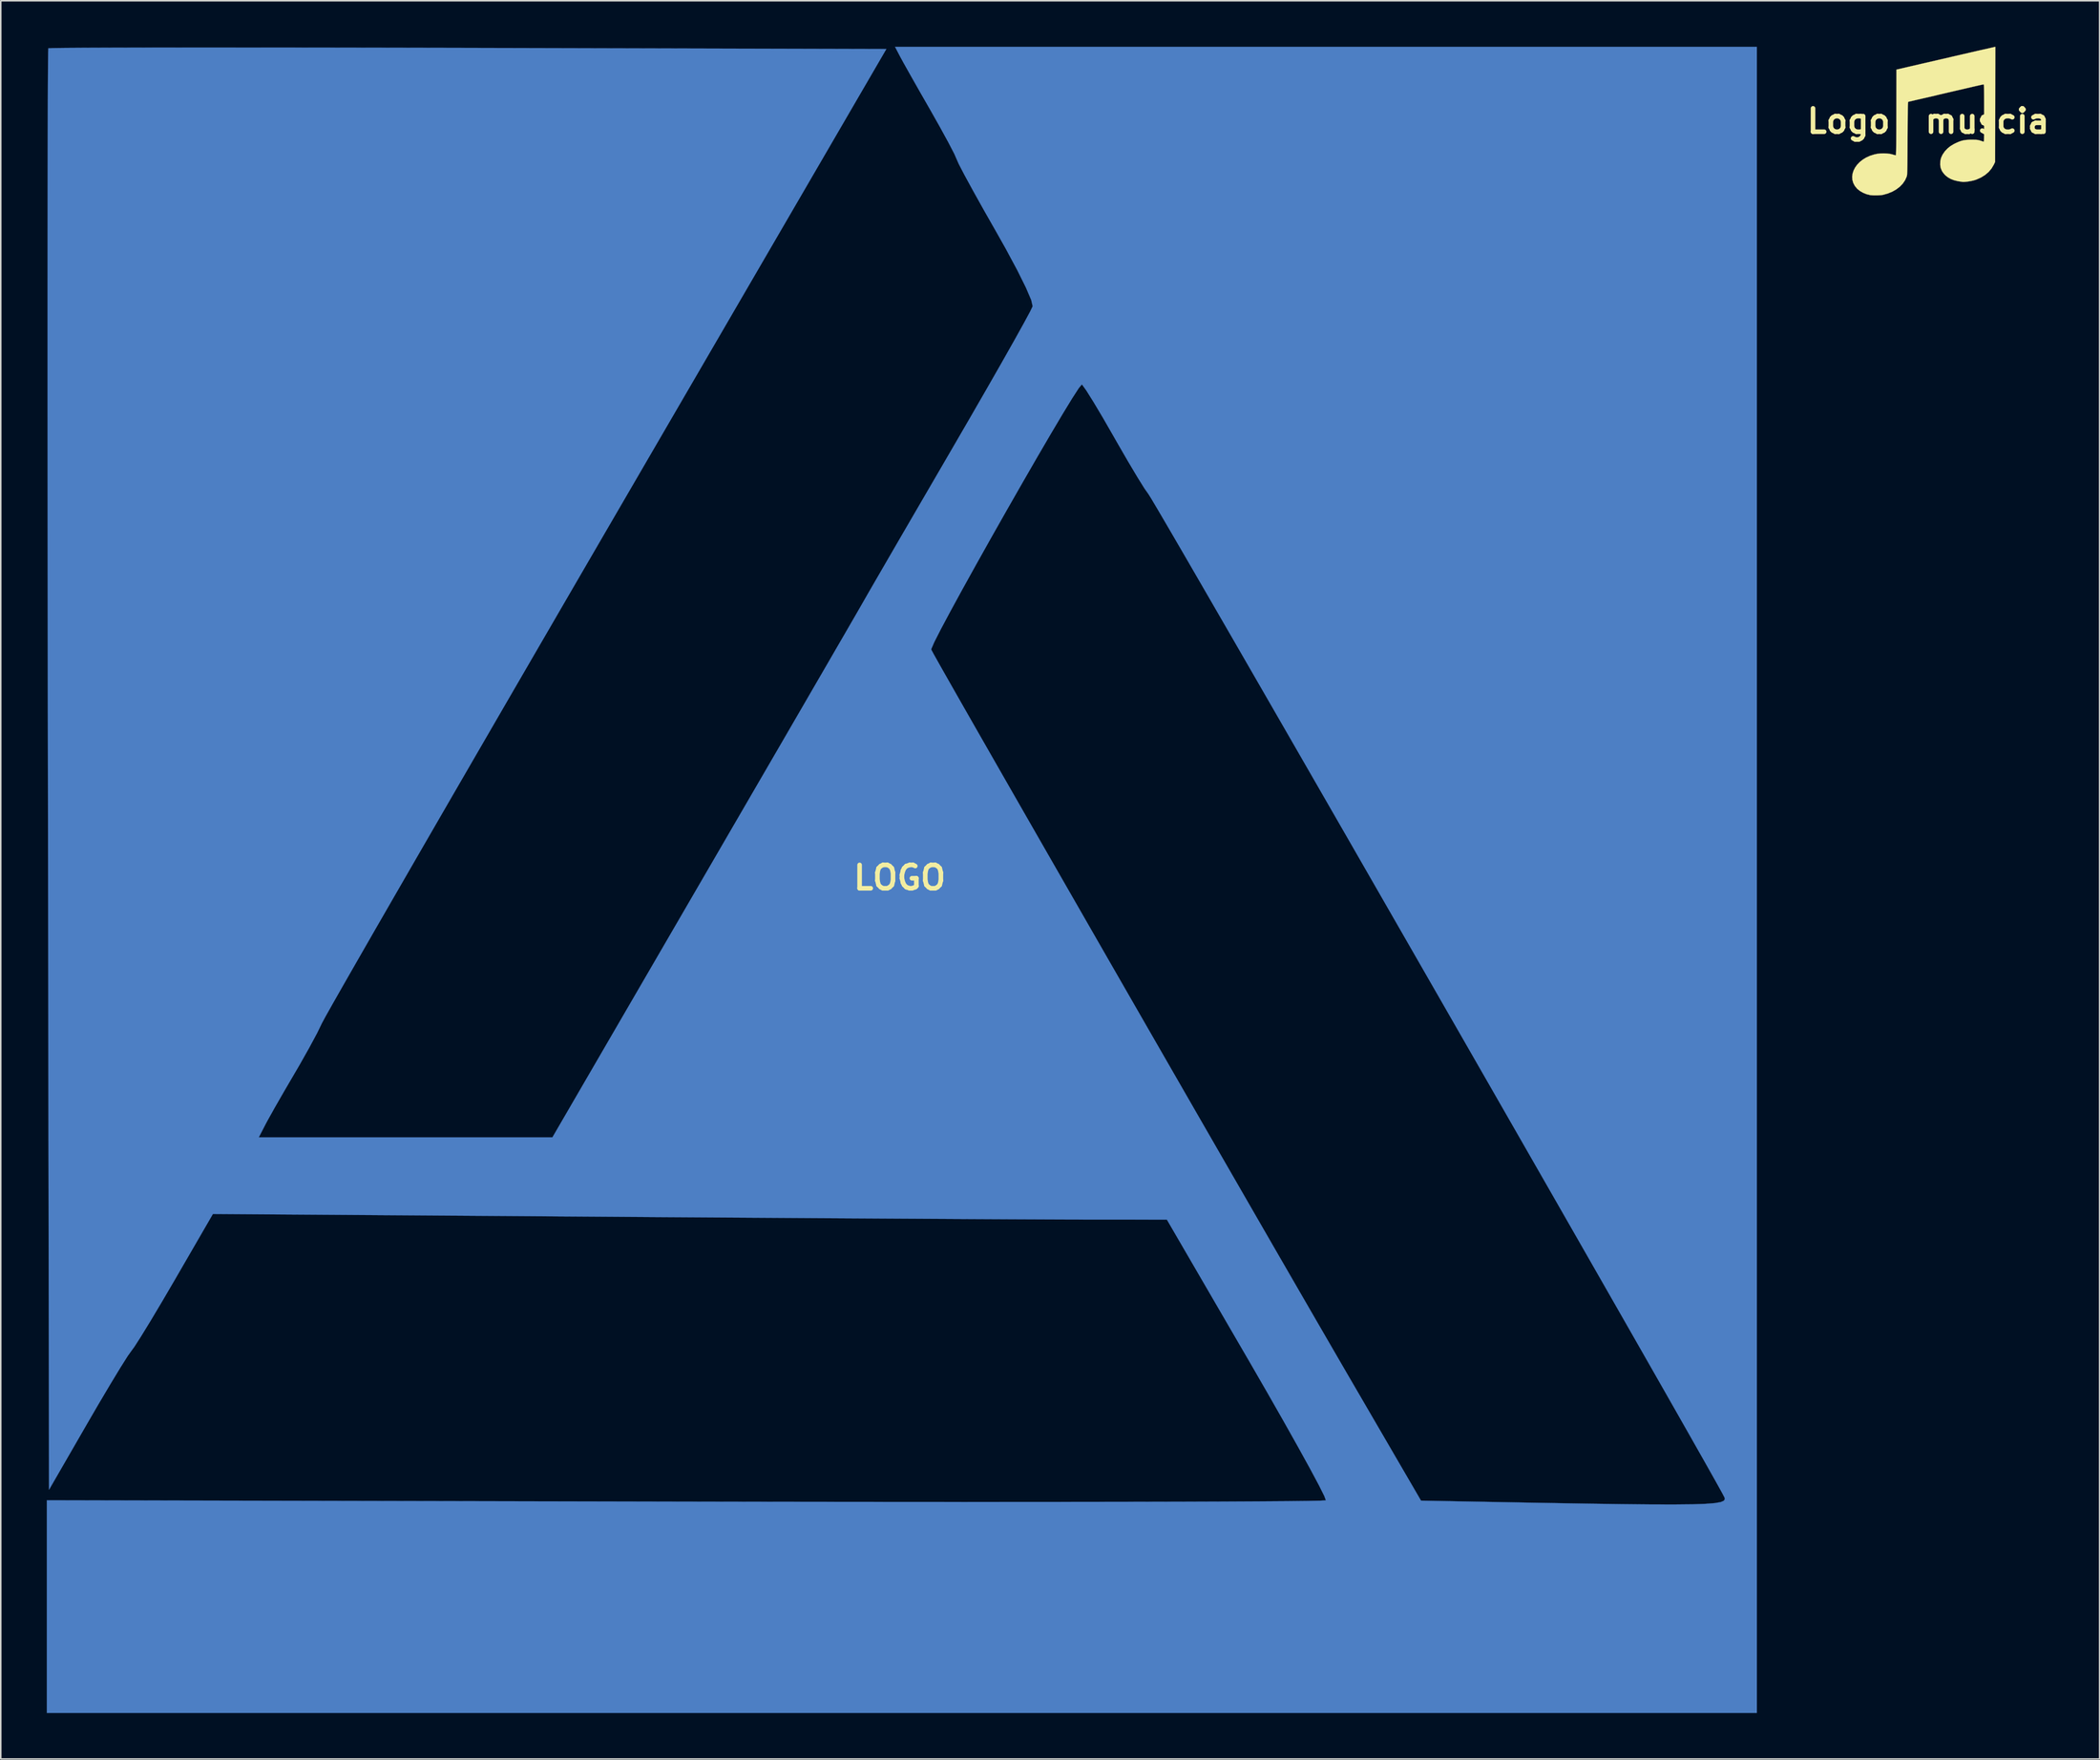
<source format=kicad_pcb>
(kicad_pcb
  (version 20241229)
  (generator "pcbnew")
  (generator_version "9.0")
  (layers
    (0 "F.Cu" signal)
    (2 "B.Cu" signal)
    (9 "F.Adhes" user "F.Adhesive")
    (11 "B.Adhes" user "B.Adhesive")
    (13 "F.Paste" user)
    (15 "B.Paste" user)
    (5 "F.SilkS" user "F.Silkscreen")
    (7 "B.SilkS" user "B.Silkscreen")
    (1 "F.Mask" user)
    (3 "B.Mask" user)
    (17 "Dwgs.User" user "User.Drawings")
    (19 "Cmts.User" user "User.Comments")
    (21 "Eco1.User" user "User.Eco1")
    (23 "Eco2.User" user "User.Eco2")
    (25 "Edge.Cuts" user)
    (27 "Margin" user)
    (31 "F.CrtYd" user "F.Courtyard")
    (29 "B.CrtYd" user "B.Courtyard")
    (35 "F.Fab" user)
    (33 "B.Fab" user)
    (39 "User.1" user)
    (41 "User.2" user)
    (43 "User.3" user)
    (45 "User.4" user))
  (footprint "LOGO"
    (layer "F.Cu")
    (at 55.603 54.192)
    (property "Reference" "LOGO" (at 0 0 0) (layer "F.SilkS") (effects (font (size 1.524 1.524) (thickness 0.3))))
    (attr through_hole)
    (fp_poly (pts (xy 55.88 54.469) (xy -55.598 54.469) (xy -55.598 40.602) (xy -13.993 40.692) (xy -9.192 40.701) (xy -4.545 40.707) (xy -0.084 40.711) (xy 4.161 40.713) (xy 8.157 40.712) (xy 11.873 40.709) (xy 15.278 40.704) (xy 18.341 40.697) (xy 21.031 40.687) (xy 23.315 40.675) (xy 25.164 40.662) (xy 26.545 40.646) (xy 27.427 40.629) (xy 27.78 40.609) (xy 27.785 40.607) (xy 27.687 40.333) (xy 27.334 39.626) (xy 26.755 38.542) (xy 25.98 37.136) (xy 25.04 35.462) (xy 23.965 33.576) (xy 22.785 31.53) (xy 22.688 31.364) (xy 17.418 22.296) (xy 12.166 22.293) (xy 11.095 22.291) (xy 9.51 22.284) (xy 7.463 22.275) (xy 5.004 22.262) (xy 2.184 22.246) (xy -0.946 22.228) (xy -4.335 22.207) (xy -7.931 22.184) (xy -11.685 22.159) (xy -15.545 22.134) (xy -18.929 22.11) (xy -44.773 21.93) (xy -47.256 26.219) (xy -48.086 27.638) (xy -48.838 28.9) (xy -49.46 29.916) (xy -49.899 30.6) (xy -50.084 30.853) (xy -50.332 31.2) (xy -50.806 31.952) (xy -51.455 33.022) (xy -52.226 34.324) (xy -52.942 35.556) (xy -55.457 39.916) (xy -55.528 -7.04) (xy -55.535 -12.144) (xy -55.541 -17.094) (xy -55.546 -21.861) (xy -55.549 -26.416) (xy -55.551 -30.728) (xy -55.551 -34.77) (xy -55.551 -38.511) (xy -55.549 -41.922) (xy -55.546 -44.974) (xy -55.542 -47.637) (xy -55.536 -49.882) (xy -55.53 -51.679) (xy -55.522 -53) (xy -55.513 -53.814) (xy -55.503 -54.093) (xy -55.213 -54.106) (xy -54.398 -54.117) (xy -53.095 -54.126) (xy -51.344 -54.133) (xy -49.183 -54.138) (xy -46.65 -54.141) (xy -43.785 -54.141) (xy -40.625 -54.14) (xy -37.21 -54.136) (xy -33.578 -54.13) (xy -29.768 -54.122) (xy -28.137 -54.118) (xy -0.868 -54.046) (xy -19.082 -22.719) (xy -21.339 -18.834) (xy -23.522 -15.073) (xy -25.613 -11.468) (xy -27.595 -8.047) (xy -29.451 -4.841) (xy -31.162 -1.88) (xy -32.712 0.807) (xy -34.085 3.189) (xy -35.261 5.237) (xy -36.225 6.921) (xy -36.959 8.21) (xy -37.445 9.075) (xy -37.666 9.487) (xy -37.675 9.505) (xy -37.985 10.142) (xy -38.501 11.101) (xy -39.133 12.222) (xy -39.466 12.792) (xy -40.132 13.931) (xy -40.737 14.985) (xy -41.19 15.796) (xy -41.331 16.058) (xy -41.783 16.933) (xy -22.639 16.933) (xy -12.764 -0.071) (xy -11.101 -2.935) (xy -9.51 -5.675) (xy -8.015 -8.25) (xy -6.642 -10.617) (xy -5.415 -12.734) (xy -4.357 -14.559) (xy -4.173 -14.877) (xy 2.057 -14.877) (xy 2.219 -14.577) (xy 2.639 -13.827) (xy 3.296 -12.669) (xy 4.165 -11.141) (xy 5.225 -9.285) (xy 6.452 -7.139) (xy 7.823 -4.744) (xy 9.315 -2.14) (xy 10.905 0.633) (xy 12.57 3.536) (xy 14.288 6.528) (xy 16.035 9.569) (xy 17.789 12.619) (xy 19.526 15.639) (xy 21.224 18.588) (xy 22.859 21.426) (xy 24.408 24.114) (xy 25.85 26.611) (xy 27.16 28.877) (xy 28.316 30.873) (xy 29.294 32.559) (xy 29.354 32.661) (xy 33.988 40.627) (xy 38.514 40.711) (xy 41.87 40.773) (xy 44.704 40.821) (xy 47.06 40.855) (xy 48.979 40.875) (xy 50.505 40.878) (xy 51.681 40.866) (xy 52.549 40.835) (xy 53.151 40.787) (xy 53.532 40.72) (xy 53.732 40.633) (xy 53.796 40.526) (xy 53.778 40.428) (xy 53.61 40.108) (xy 53.181 39.335) (xy 52.511 38.145) (xy 51.621 36.573) (xy 50.531 34.654) (xy 49.26 32.422) (xy 47.829 29.913) (xy 46.257 27.161) (xy 44.565 24.202) (xy 42.773 21.07) (xy 40.901 17.801) (xy 38.968 14.428) (xy 36.995 10.988) (xy 35.002 7.514) (xy 33.009 4.043) (xy 31.036 0.608) (xy 29.104 -2.755) (xy 27.231 -6.011) (xy 25.438 -9.126) (xy 23.745 -12.064) (xy 22.173 -14.791) (xy 20.74 -17.272) (xy 19.468 -19.471) (xy 18.377 -21.354) (xy 17.485 -22.886) (xy 16.814 -24.032) (xy 16.384 -24.756) (xy 16.214 -25.025) (xy 15.962 -25.382) (xy 15.495 -26.132) (xy 14.875 -27.174) (xy 14.163 -28.407) (xy 13.959 -28.764) (xy 13.251 -29.996) (xy 12.636 -31.029) (xy 12.169 -31.774) (xy 11.904 -32.142) (xy 11.871 -32.166) (xy 11.674 -31.927) (xy 11.244 -31.262) (xy 10.62 -30.239) (xy 9.841 -28.926) (xy 8.945 -27.392) (xy 7.973 -25.705) (xy 6.961 -23.934) (xy 5.95 -22.148) (xy 4.978 -20.413) (xy 4.084 -18.8) (xy 3.307 -17.376) (xy 2.685 -16.21) (xy 2.258 -15.371) (xy 2.064 -14.925) (xy 2.057 -14.877) (xy -4.173 -14.877) (xy -3.494 -16.049) (xy -2.85 -17.163) (xy -2.45 -17.858) (xy -2.333 -18.062) (xy -2.065 -18.531) (xy -1.548 -19.425) (xy -0.82 -20.682) (xy 0.083 -22.24) (xy 1.126 -24.034) (xy 2.272 -26.004) (xy 3.382 -27.913) (xy 4.57 -29.961) (xy 5.669 -31.869) (xy 6.646 -33.578) (xy 7.467 -35.032) (xy 8.1 -36.17) (xy 8.513 -36.936) (xy 8.671 -37.267) (xy 8.578 -37.676) (xy 8.229 -38.49) (xy 7.662 -39.632) (xy 6.915 -41.024) (xy 6.305 -42.108) (xy 5.492 -43.536) (xy 4.781 -44.811) (xy 4.218 -45.844) (xy 3.851 -46.55) (xy 3.728 -46.829) (xy 3.561 -47.21) (xy 3.168 -47.967) (xy 2.611 -48.985) (xy 2.004 -50.059) (xy 1.319 -51.255) (xy 0.712 -52.325) (xy 0.253 -53.143) (xy 0.03 -53.552) (xy -0.302 -54.187) (xy 55.88 -54.187) (xy 55.88 54.469)) (stroke (width 0.01) (type solid)) (fill yes) (layer "B.Cu")))
  (footprint "Logo  muscia"
    (layer "F.Cu")
    (at 122.659 4.851)
    (property "Reference" "Logo  muscia" (at 0 0 0) (layer "F.SilkS") (effects (font (size 1.524 1.524) (thickness 0.3))))
    (attr through_hole)
    (fp_poly (pts (xy 4.365 -1.093) (xy 4.358 2.66) (xy 4.268 2.847) (xy 4.123 3.092) (xy 3.936 3.313) (xy 3.71 3.506) (xy 3.447 3.671) (xy 3.149 3.804) (xy 3.069 3.833) (xy 2.942 3.87) (xy 2.792 3.903) (xy 2.633 3.931) (xy 2.479 3.951) (xy 2.343 3.962) (xy 2.24 3.961) (xy 2.232 3.96) (xy 1.941 3.916) (xy 1.692 3.855) (xy 1.479 3.775) (xy 1.295 3.673) (xy 1.135 3.548) (xy 1.103 3.518) (xy 1.045 3.456) (xy 0.985 3.381) (xy 0.93 3.306) (xy 0.89 3.243) (xy 0.874 3.205) (xy 0.874 3.205) (xy 0.863 3.171) (xy 0.837 3.115) (xy 0.834 3.109) (xy 0.813 3.048) (xy 0.794 2.954) (xy 0.782 2.848) (xy 0.781 2.833) (xy 0.787 2.608) (xy 0.837 2.394) (xy 0.933 2.186) (xy 1.076 1.978) (xy 1.1 1.949) (xy 1.26 1.78) (xy 1.439 1.635) (xy 1.651 1.505) (xy 1.761 1.449) (xy 1.956 1.36) (xy 2.13 1.295) (xy 2.299 1.251) (xy 2.478 1.225) (xy 2.682 1.213) (xy 2.822 1.212) (xy 2.979 1.213) (xy 3.098 1.216) (xy 3.19 1.224) (xy 3.267 1.236) (xy 3.34 1.255) (xy 3.384 1.268) (xy 3.476 1.298) (xy 3.554 1.323) (xy 3.601 1.338) (xy 3.603 1.339) (xy 3.611 1.339) (xy 3.618 1.333) (xy 3.624 1.317) (xy 3.629 1.287) (xy 3.634 1.242) (xy 3.637 1.176) (xy 3.64 1.087) (xy 3.642 0.972) (xy 3.644 0.827) (xy 3.645 0.65) (xy 3.646 0.436) (xy 3.646 0.182) (xy 3.646 -0.114) (xy 3.646 -0.456) (xy 3.646 -0.523) (xy 3.646 -0.877) (xy 3.646 -1.185) (xy 3.645 -1.449) (xy 3.644 -1.672) (xy 3.643 -1.859) (xy 3.641 -2.011) (xy 3.639 -2.133) (xy 3.636 -2.227) (xy 3.632 -2.297) (xy 3.628 -2.346) (xy 3.622 -2.377) (xy 3.616 -2.393) (xy 3.609 -2.398) (xy 3.571 -2.392) (xy 3.488 -2.375) (xy 3.359 -2.347) (xy 3.184 -2.307) (xy 2.961 -2.256) (xy 2.69 -2.192) (xy 2.66 -2.185) (xy 2.591 -2.169) (xy 2.483 -2.144) (xy 2.345 -2.112) (xy 2.188 -2.075) (xy 2.02 -2.037) (xy 1.961 -2.023) (xy 1.787 -1.983) (xy 1.616 -1.943) (xy 1.458 -1.906) (xy 1.324 -1.875) (xy 1.225 -1.852) (xy 1.205 -1.847) (xy 1.076 -1.817) (xy 0.928 -1.782) (xy 0.792 -1.75) (xy 0.78 -1.748) (xy 0.67 -1.722) (xy 0.568 -1.697) (xy 0.491 -1.678) (xy 0.475 -1.674) (xy 0.411 -1.658) (xy 0.316 -1.635) (xy 0.204 -1.61) (xy 0.15 -1.597) (xy 0.013 -1.566) (xy -0.136 -1.532) (xy -0.272 -1.501) (xy -0.3 -1.495) (xy -0.421 -1.467) (xy -0.545 -1.438) (xy -0.649 -1.414) (xy -0.662 -1.412) (xy -0.751 -1.391) (xy -0.826 -1.374) (xy -0.862 -1.365) (xy -0.91 -1.353) (xy -0.991 -1.334) (xy -1.088 -1.312) (xy -1.183 -1.29) (xy -1.262 -1.272) (xy -1.299 -1.264) (xy -1.305 -1.259) (xy -1.311 -1.242) (xy -1.316 -1.212) (xy -1.32 -1.165) (xy -1.324 -1.098) (xy -1.328 -1.01) (xy -1.331 -0.896) (xy -1.334 -0.754) (xy -1.336 -0.582) (xy -1.339 -0.376) (xy -1.341 -0.133) (xy -1.343 0.15) (xy -1.345 0.474) (xy -1.347 0.844) (xy -1.349 1.114) (xy -1.351 1.513) (xy -1.353 1.865) (xy -1.355 2.173) (xy -1.357 2.441) (xy -1.359 2.671) (xy -1.361 2.867) (xy -1.364 3.032) (xy -1.367 3.169) (xy -1.37 3.28) (xy -1.374 3.37) (xy -1.378 3.442) (xy -1.383 3.497) (xy -1.388 3.54) (xy -1.394 3.574) (xy -1.402 3.602) (xy -1.407 3.62) (xy -1.514 3.857) (xy -1.664 4.076) (xy -1.855 4.274) (xy -2.083 4.449) (xy -2.344 4.598) (xy -2.635 4.718) (xy -2.953 4.806) (xy -2.966 4.809) (xy -3.08 4.825) (xy -3.226 4.836) (xy -3.388 4.841) (xy -3.551 4.84) (xy -3.697 4.832) (xy -3.796 4.82) (xy -4.022 4.763) (xy -4.243 4.673) (xy -4.446 4.558) (xy -4.616 4.425) (xy -4.645 4.396) (xy -4.79 4.217) (xy -4.889 4.026) (xy -4.945 3.828) (xy -4.958 3.626) (xy -4.932 3.423) (xy -4.868 3.222) (xy -4.768 3.027) (xy -4.635 2.842) (xy -4.469 2.669) (xy -4.274 2.513) (xy -4.051 2.376) (xy -3.803 2.263) (xy -3.53 2.176) (xy -3.327 2.132) (xy -3.119 2.108) (xy -2.897 2.102) (xy -2.676 2.112) (xy -2.474 2.139) (xy -2.335 2.173) (xy -2.244 2.2) (xy -2.169 2.221) (xy -2.125 2.231) (xy -2.123 2.231) (xy -2.117 2.227) (xy -2.112 2.213) (xy -2.107 2.187) (xy -2.103 2.144) (xy -2.099 2.083) (xy -2.096 2.001) (xy -2.093 1.896) (xy -2.091 1.765) (xy -2.089 1.605) (xy -2.087 1.413) (xy -2.085 1.187) (xy -2.084 0.925) (xy -2.082 0.623) (xy -2.081 0.28) (xy -2.08 -0.108) (xy -2.079 -0.544) (xy -2.079 -0.563) (xy -2.073 -3.36) (xy -1.23 -3.556) (xy -1.022 -3.604) (xy -0.82 -3.651) (xy -0.633 -3.694) (xy -0.467 -3.733) (xy -0.33 -3.764) (xy -0.23 -3.787) (xy -0.187 -3.797) (xy -0.064 -3.825) (xy 0.081 -3.858) (xy 0.217 -3.889) (xy 0.237 -3.894) (xy 0.442 -3.942) (xy 0.606 -3.98) (xy 0.737 -4.01) (xy 0.841 -4.034) (xy 0.928 -4.054) (xy 1.003 -4.071) (xy 1.076 -4.088) (xy 1.124 -4.099) (xy 1.225 -4.122) (xy 1.309 -4.141) (xy 1.364 -4.154) (xy 1.374 -4.157) (xy 1.422 -4.169) (xy 1.512 -4.191) (xy 1.636 -4.22) (xy 1.787 -4.254) (xy 1.957 -4.293) (xy 1.961 -4.294) (xy 2.081 -4.322) (xy 2.224 -4.355) (xy 2.364 -4.387) (xy 2.398 -4.395) (xy 2.694 -4.464) (xy 2.968 -4.527) (xy 3.214 -4.584) (xy 3.426 -4.632) (xy 3.597 -4.67) (xy 3.646 -4.681) (xy 3.766 -4.707) (xy 3.906 -4.739) (xy 4.037 -4.77) (xy 4.046 -4.772) (xy 4.15 -4.796) (xy 4.24 -4.817) (xy 4.303 -4.832) (xy 4.315 -4.834) (xy 4.371 -4.846) (xy 4.365 -1.093)) (stroke (width 0.01) (type solid)) (fill yes) (layer "F.SilkS")))
  (gr_rect
    (start -3 -3)
    (end 133.831 111.666)
    (stroke (width 0.1) (type default))
    (fill no)
    (layer "Edge.Cuts")))
</source>
